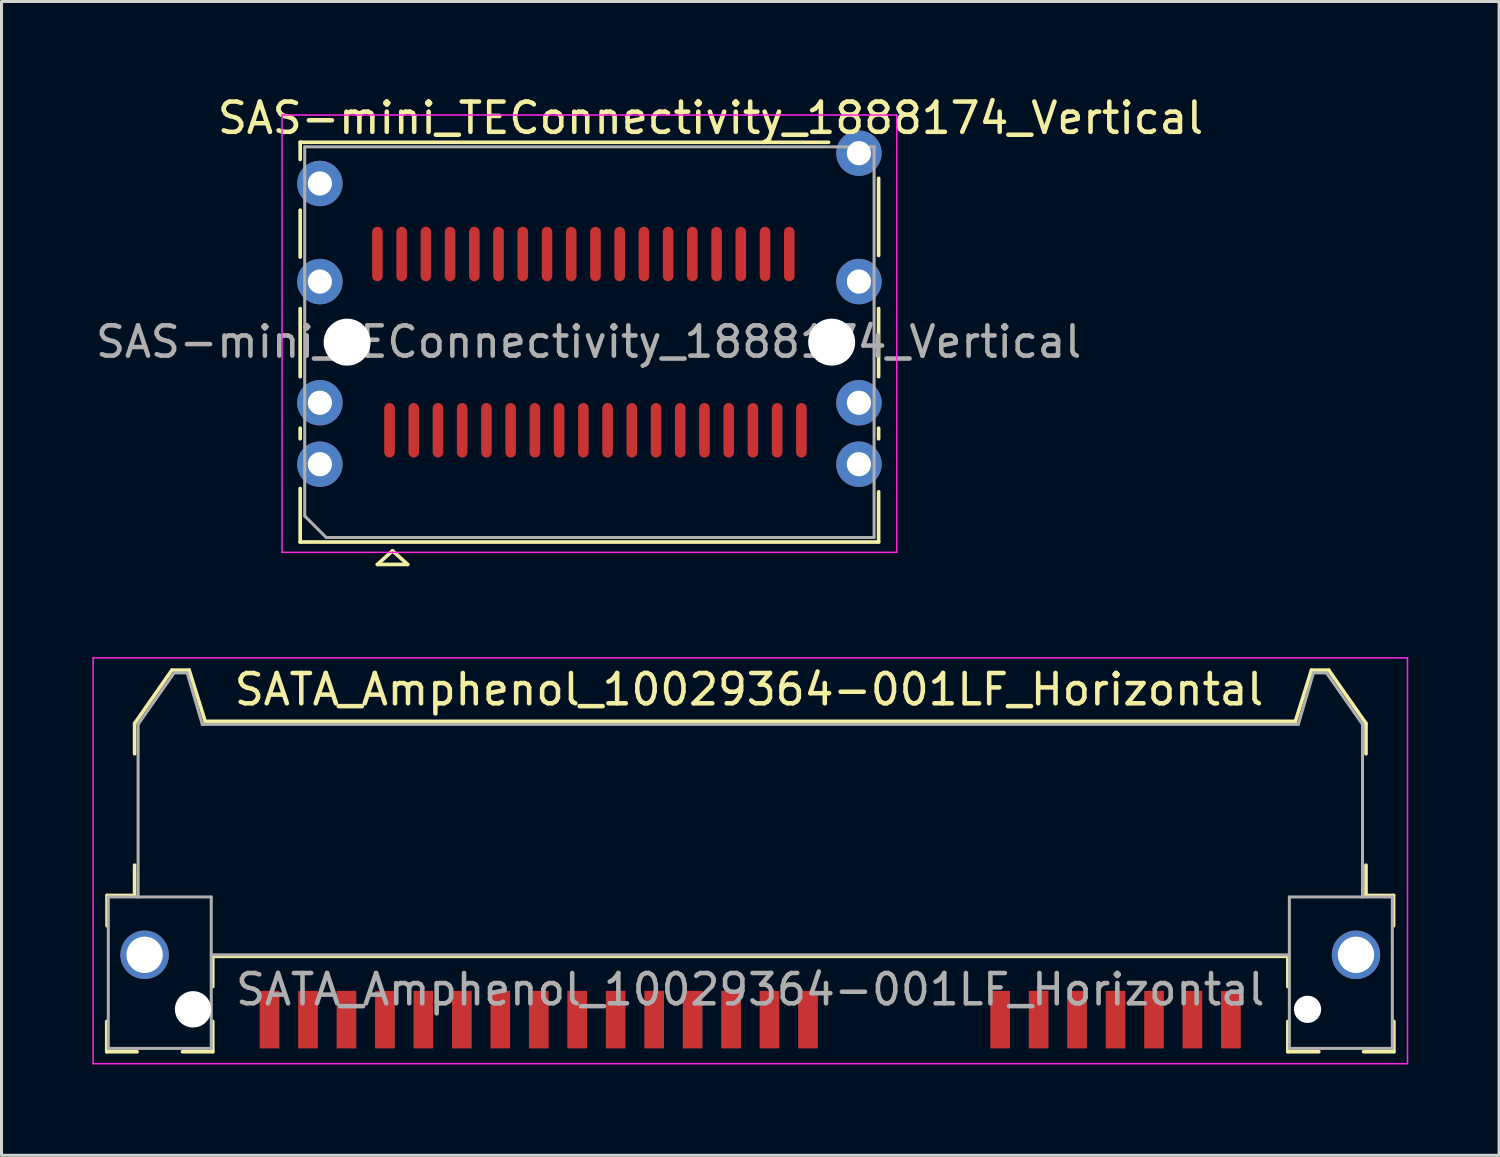
<source format=kicad_pcb>
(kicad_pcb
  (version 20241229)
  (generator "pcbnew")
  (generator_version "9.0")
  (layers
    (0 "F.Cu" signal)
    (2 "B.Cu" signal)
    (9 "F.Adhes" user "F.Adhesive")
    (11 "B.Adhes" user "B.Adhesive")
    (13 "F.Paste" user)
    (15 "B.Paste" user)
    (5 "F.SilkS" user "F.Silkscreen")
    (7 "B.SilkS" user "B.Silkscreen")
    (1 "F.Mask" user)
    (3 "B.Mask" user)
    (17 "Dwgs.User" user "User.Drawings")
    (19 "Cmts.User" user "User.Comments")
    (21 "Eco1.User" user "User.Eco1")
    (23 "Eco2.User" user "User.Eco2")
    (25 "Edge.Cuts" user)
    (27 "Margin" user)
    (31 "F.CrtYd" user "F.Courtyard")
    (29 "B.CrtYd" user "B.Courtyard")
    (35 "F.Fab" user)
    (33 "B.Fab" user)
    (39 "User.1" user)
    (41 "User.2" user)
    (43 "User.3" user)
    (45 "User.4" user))
  (footprint "SAS-mini_TEConnectivity_1888174_Vertical"
    (layer "F.Cu")
    (at 16.412 8.248)
    (property "Reference" "SAS-mini_TEConnectivity_1888174_Vertical" (at 4 -7.4 0) (layer "F.SilkS") (effects (font (size 1 1) (thickness 0.15))))
    (attr smd)
    (fp_line (start -9.55 -6.6) (end -9.55 -6.03) (stroke (width 0.12) (type solid)) (layer "F.SilkS"))
    (fp_line (start -9.55 -4.36) (end -9.55 -2.81) (stroke (width 0.12) (type solid)) (layer "F.SilkS"))
    (fp_line (start -9.55 -1.11) (end -9.55 1.14) (stroke (width 0.12) (type solid)) (layer "F.SilkS"))
    (fp_line (start -9.55 2.84) (end -9.55 3.19) (stroke (width 0.12) (type solid)) (layer "F.SilkS"))
    (fp_line (start -9.55 4.831) (end -9.55 6.6) (stroke (width 0.12) (type solid)) (layer "F.SilkS"))
    (fp_line (start -9.55 6.6) (end 9.55 6.6) (stroke (width 0.12) (type solid)) (layer "F.SilkS"))
    (fp_line (start -7 7.34) (end -6 7.34) (stroke (width 0.12) (type solid)) (layer "F.SilkS"))
    (fp_line (start -6.5 6.89) (end -7 7.34) (stroke (width 0.12) (type solid)) (layer "F.SilkS"))
    (fp_line (start -6 7.34) (end -6.5 6.89) (stroke (width 0.12) (type solid)) (layer "F.SilkS"))
    (fp_line (start 7.9 -6.6) (end -9.55 -6.6) (stroke (width 0.12) (type solid)) (layer "F.SilkS"))
    (fp_line (start 9.55 -5.41) (end 9.55 -2.86) (stroke (width 0.12) (type solid)) (layer "F.SilkS"))
    (fp_line (start 9.55 -1.11) (end 9.55 1.14) (stroke (width 0.12) (type solid)) (layer "F.SilkS"))
    (fp_line (start 9.55 2.84) (end 9.55 3.19) (stroke (width 0.12) (type solid)) (layer "F.SilkS"))
    (fp_line (start 9.55 4.94) (end 9.55 6.6) (stroke (width 0.12) (type solid)) (layer "F.SilkS"))
    (fp_line (start -10.15 -7.5) (end -10.15 6.94) (stroke (width 0.05) (type solid)) (layer "F.CrtYd"))
    (fp_line (start -10.15 -7.5) (end 10.15 -7.5) (stroke (width 0.05) (type solid)) (layer "F.CrtYd"))
    (fp_line (start 10.15 6.94) (end -10.15 6.94) (stroke (width 0.05) (type solid)) (layer "F.CrtYd"))
    (fp_line (start 10.15 6.94) (end 10.15 -7.5) (stroke (width 0.05) (type solid)) (layer "F.CrtYd"))
    (fp_line (start -9.4 -6.45) (end -9.4 5.74) (stroke (width 0.1) (type solid)) (layer "F.Fab"))
    (fp_line (start -9.4 5.74) (end -8.69 6.45) (stroke (width 0.1) (type solid)) (layer "F.Fab"))
    (fp_line (start -8.69 6.45) (end 9.4 6.45) (stroke (width 0.1) (type solid)) (layer "F.Fab"))
    (fp_line (start 9.4 -6.45) (end -9.4 -6.45) (stroke (width 0.1) (type solid)) (layer "F.Fab"))
    (fp_line (start 9.4 6.45) (end 9.4 -6.45) (stroke (width 0.1) (type solid)) (layer "F.Fab"))
    (fp_text user "${REFERENCE}" (at -0.025 -0.01 0) (layer "F.Fab") (effects (font (size 1 1) (thickness 0.15))))
    (pad "" np_thru_hole circle (at -8 0) (size 1.55 1.55) (drill 1.55) (layers "*.Mask" "B.Cu"))
    (pad "" np_thru_hole circle (at 8 0) (size 1.55 1.55) (drill 1.55) (layers "*.Mask" "B.Cu"))
    (pad "1" thru_hole circle (at -8.9 -5.24) (size 1.5 1.5) (drill 0.8) (layers "*.Cu" "*.Mask"))
    (pad "2" thru_hole circle (at -8.9 -2) (size 1.5 1.5) (drill 0.8) (layers "*.Cu" "*.Mask"))
    (pad "3" thru_hole circle (at -8.9 2) (size 1.5 1.5) (drill 0.8) (layers "*.Cu" "*.Mask"))
    (pad "4" thru_hole circle (at -8.9 4.03) (size 1.5 1.5) (drill 0.8) (layers "*.Cu" "*.Mask"))
    (pad "5" thru_hole circle (at 8.9 -6.24) (size 1.5 1.5) (drill 0.8) (layers "*.Cu" "*.Mask"))
    (pad "6" thru_hole circle (at 8.9 -2) (size 1.5 1.5) (drill 0.8) (layers "*.Cu" "*.Mask"))
    (pad "7" thru_hole circle (at 8.9 2) (size 1.5 1.5) (drill 0.8) (layers "*.Cu" "*.Mask"))
    (pad "8" thru_hole circle (at 8.9 4.03) (size 1.5 1.5) (drill 0.8) (layers "*.Cu" "*.Mask"))
    (pad "A1" smd oval (at -6.6 2.91) (size 0.35 1.8) (layers "F.Cu" "F.Mask" "F.Paste"))
    (pad "A2" smd oval (at -5.8 2.91) (size 0.35 1.8) (layers "F.Cu" "F.Mask" "F.Paste"))
    (pad "A3" smd oval (at -5 2.91) (size 0.35 1.8) (layers "F.Cu" "F.Mask" "F.Paste"))
    (pad "A4" smd oval (at -4.2 2.91) (size 0.35 1.8) (layers "F.Cu" "F.Mask" "F.Paste"))
    (pad "A5" smd oval (at -3.4 2.91) (size 0.35 1.8) (layers "F.Cu" "F.Mask" "F.Paste"))
    (pad "A6" smd oval (at -2.6 2.91) (size 0.35 1.8) (layers "F.Cu" "F.Mask" "F.Paste"))
    (pad "A7" smd oval (at -1.8 2.91) (size 0.35 1.8) (layers "F.Cu" "F.Mask" "F.Paste"))
    (pad "A8" smd oval (at -1 2.91) (size 0.35 1.8) (layers "F.Cu" "F.Mask" "F.Paste"))
    (pad "A9" smd oval (at -0.2 2.91) (size 0.35 1.8) (layers "F.Cu" "F.Mask" "F.Paste"))
    (pad "A10" smd oval (at 0.6 2.91) (size 0.35 1.8) (layers "F.Cu" "F.Mask" "F.Paste"))
    (pad "A11" smd oval (at 1.4 2.91) (size 0.35 1.8) (layers "F.Cu" "F.Mask" "F.Paste"))
    (pad "A12" smd oval (at 2.2 2.91) (size 0.35 1.8) (layers "F.Cu" "F.Mask" "F.Paste"))
    (pad "A13" smd oval (at 3 2.91) (size 0.35 1.8) (layers "F.Cu" "F.Mask" "F.Paste"))
    (pad "A14" smd oval (at 3.8 2.91) (size 0.35 1.8) (layers "F.Cu" "F.Mask" "F.Paste"))
    (pad "A15" smd oval (at 4.6 2.91) (size 0.35 1.8) (layers "F.Cu" "F.Mask" "F.Paste"))
    (pad "A16" smd oval (at 5.4 2.91) (size 0.35 1.8) (layers "F.Cu" "F.Mask" "F.Paste"))
    (pad "A17" smd oval (at 6.2 2.91) (size 0.35 1.8) (layers "F.Cu" "F.Mask" "F.Paste"))
    (pad "A18" smd oval (at 7 2.91) (size 0.35 1.8) (layers "F.Cu" "F.Mask" "F.Paste"))
    (pad "B1" smd oval (at -7 -2.91) (size 0.35 1.8) (layers "F.Cu" "F.Mask" "F.Paste"))
    (pad "B2" smd oval (at -6.2 -2.91) (size 0.35 1.8) (layers "F.Cu" "F.Mask" "F.Paste"))
    (pad "B3" smd oval (at -5.4 -2.91) (size 0.35 1.8) (layers "F.Cu" "F.Mask" "F.Paste"))
    (pad "B4" smd oval (at -4.6 -2.91) (size 0.35 1.8) (layers "F.Cu" "F.Mask" "F.Paste"))
    (pad "B5" smd oval (at -3.8 -2.91) (size 0.35 1.8) (layers "F.Cu" "F.Mask" "F.Paste"))
    (pad "B6" smd oval (at -3 -2.91) (size 0.35 1.8) (layers "F.Cu" "F.Mask" "F.Paste"))
    (pad "B7" smd oval (at -2.2 -2.91) (size 0.35 1.8) (layers "F.Cu" "F.Mask" "F.Paste"))
    (pad "B8" smd oval (at -1.4 -2.91) (size 0.35 1.8) (layers "F.Cu" "F.Mask" "F.Paste"))
    (pad "B9" smd oval (at -0.6 -2.91) (size 0.35 1.8) (layers "F.Cu" "F.Mask" "F.Paste"))
    (pad "B10" smd oval (at 0.2 -2.91) (size 0.35 1.8) (layers "F.Cu" "F.Mask" "F.Paste"))
    (pad "B11" smd oval (at 1 -2.91) (size 0.35 1.8) (layers "F.Cu" "F.Mask" "F.Paste"))
    (pad "B12" smd oval (at 1.8 -2.91) (size 0.35 1.8) (layers "F.Cu" "F.Mask" "F.Paste"))
    (pad "B13" smd oval (at 2.6 -2.91) (size 0.35 1.8) (layers "F.Cu" "F.Mask" "F.Paste"))
    (pad "B14" smd oval (at 3.4 -2.91) (size 0.35 1.8) (layers "F.Cu" "F.Mask" "F.Paste"))
    (pad "B15" smd oval (at 4.2 -2.91) (size 0.35 1.8) (layers "F.Cu" "F.Mask" "F.Paste"))
    (pad "B16" smd oval (at 5 -2.91) (size 0.35 1.8) (layers "F.Cu" "F.Mask" "F.Paste"))
    (pad "B17" smd oval (at 5.8 -2.91) (size 0.35 1.8) (layers "F.Cu" "F.Mask" "F.Paste"))
    (pad "B18" smd oval (at 6.6 -2.91) (size 0.35 1.8) (layers "F.Cu" "F.Mask" "F.Paste")))
  (footprint "SATA_Amphenol_10029364-001LF_Horizontal"
    (layer "F.Cu")
    (at 21.725 29.623)
    (property "Reference" "SATA_Amphenol_10029364-001LF_Horizontal" (at -0.041 -9.906 0) (layer "F.SilkS") (effects (font (size 1 1) (thickness 0.15))))
    (attr smd)
    (fp_line (start -21.25 1.055) (end -21.25 2.055) (stroke (width 0.12) (type solid)) (layer "F.SilkS"))
    (fp_line (start -21.25 2.055) (end -20.25 2.055) (stroke (width 0.12) (type solid)) (layer "F.SilkS"))
    (fp_line (start -21.24 -3.105) (end -21.24 -2.105) (stroke (width 0.12) (type solid)) (layer "F.SilkS"))
    (fp_line (start -21.24 -3.105) (end -20.33 -3.105) (stroke (width 0.12) (type solid)) (layer "F.SilkS"))
    (fp_line (start -20.33 -8.785) (end -20.33 -7.785) (stroke (width 0.12) (type solid)) (layer "F.SilkS"))
    (fp_line (start -20.33 -8.785) (end -19.1 -10.545) (stroke (width 0.12) (type solid)) (layer "F.SilkS"))
    (fp_line (start -20.33 -3.105) (end -20.33 -4.105) (stroke (width 0.12) (type solid)) (layer "F.SilkS"))
    (fp_line (start -19.1 -10.545) (end -18.53 -10.545) (stroke (width 0.12) (type solid)) (layer "F.SilkS"))
    (fp_line (start -18.75 2.055) (end -17.75 2.055) (stroke (width 0.12) (type solid)) (layer "F.SilkS"))
    (fp_line (start -18 -8.855) (end -18.53 -10.545) (stroke (width 0.12) (type solid)) (layer "F.SilkS"))
    (fp_line (start -17.75 -1.095) (end -17.75 -0.095) (stroke (width 0.12) (type solid)) (layer "F.SilkS"))
    (fp_line (start -17.75 1.055) (end -17.75 2.055) (stroke (width 0.12) (type solid)) (layer "F.SilkS"))
    (fp_line (start 17.75 -1.095) (end -17.75 -1.095) (stroke (width 0.12) (type solid)) (layer "F.SilkS"))
    (fp_line (start 17.75 -1.095) (end 17.75 -0.095) (stroke (width 0.12) (type solid)) (layer "F.SilkS"))
    (fp_line (start 17.75 1.055) (end 17.75 2.055) (stroke (width 0.12) (type solid)) (layer "F.SilkS"))
    (fp_line (start 18 -8.855) (end -18 -8.855) (stroke (width 0.12) (type solid)) (layer "F.SilkS"))
    (fp_line (start 18 -8.855) (end 18.53 -10.545) (stroke (width 0.12) (type solid)) (layer "F.SilkS"))
    (fp_line (start 18.773 2.055) (end 17.75 2.055) (stroke (width 0.12) (type solid)) (layer "F.SilkS"))
    (fp_line (start 19.1 -10.545) (end 18.53 -10.545) (stroke (width 0.12) (type solid)) (layer "F.SilkS"))
    (fp_line (start 20.33 -8.785) (end 19.1 -10.545) (stroke (width 0.12) (type solid)) (layer "F.SilkS"))
    (fp_line (start 20.33 -8.785) (end 20.33 -7.785) (stroke (width 0.12) (type solid)) (layer "F.SilkS"))
    (fp_line (start 20.33 -3.105) (end 20.33 -4.105) (stroke (width 0.12) (type solid)) (layer "F.SilkS"))
    (fp_line (start 21.24 -3.105) (end 20.33 -3.105) (stroke (width 0.12) (type solid)) (layer "F.SilkS"))
    (fp_line (start 21.24 -3.105) (end 21.24 -2.105) (stroke (width 0.12) (type solid)) (layer "F.SilkS"))
    (fp_line (start 21.25 1.055) (end 21.25 2.055) (stroke (width 0.12) (type solid)) (layer "F.SilkS"))
    (fp_line (start 21.25 2.055) (end 20.25 2.055) (stroke (width 0.12) (type solid)) (layer "F.SilkS"))
    (fp_line (start -21.7 -10.95) (end -21.7 2.45) (stroke (width 0.05) (type solid)) (layer "F.CrtYd"))
    (fp_line (start -21.7 -10.95) (end 21.7 -10.95) (stroke (width 0.05) (type solid)) (layer "F.CrtYd"))
    (fp_line (start -21.7 2.45) (end 21.7 2.45) (stroke (width 0.05) (type solid)) (layer "F.CrtYd"))
    (fp_line (start 21.7 -10.95) (end 21.7 2.45) (stroke (width 0.05) (type solid)) (layer "F.CrtYd"))
    (fp_line (start -21.2 -3.055) (end -21.2 1.945) (stroke (width 0.1) (type solid)) (layer "F.Fab"))
    (fp_line (start -21.2 -3.055) (end -17.8 -3.055) (stroke (width 0.1) (type solid)) (layer "F.Fab"))
    (fp_line (start -21.2 1.945) (end -17.8 1.945) (stroke (width 0.1) (type solid)) (layer "F.Fab"))
    (fp_line (start -20.215 -8.755) (end -20.215 -3.055) (stroke (width 0.1) (type solid)) (layer "F.Fab"))
    (fp_line (start -20.215 -8.755) (end -19.025 -10.455) (stroke (width 0.1) (type solid)) (layer "F.Fab"))
    (fp_line (start -18.595 -10.455) (end -19.025 -10.455) (stroke (width 0.1) (type solid)) (layer "F.Fab"))
    (fp_line (start -18.595 -10.455) (end -18.095 -8.755) (stroke (width 0.1) (type solid)) (layer "F.Fab"))
    (fp_line (start -17.8 -3.055) (end -17.8 1.945) (stroke (width 0.1) (type solid)) (layer "F.Fab"))
    (fp_line (start 17.8 -3.055) (end 17.8 1.93) (stroke (width 0.1) (type solid)) (layer "F.Fab"))
    (fp_line (start 17.8 -1.145) (end -17.8 -1.145) (stroke (width 0.1) (type solid)) (layer "F.Fab"))
    (fp_line (start 18.095 -8.755) (end -18.095 -8.755) (stroke (width 0.1) (type solid)) (layer "F.Fab"))
    (fp_line (start 18.595 -10.455) (end 18.095 -8.755) (stroke (width 0.1) (type solid)) (layer "F.Fab"))
    (fp_line (start 18.595 -10.455) (end 19.025 -10.455) (stroke (width 0.1) (type solid)) (layer "F.Fab"))
    (fp_line (start 20.215 -8.755) (end 19.025 -10.455) (stroke (width 0.1) (type solid)) (layer "F.Fab"))
    (fp_line (start 20.215 -8.755) (end 20.215 -3.055) (stroke (width 0.1) (type solid)) (layer "F.Fab"))
    (fp_line (start 21.2 -3.063) (end 21.2 1.937) (stroke (width 0.1) (type solid)) (layer "F.Fab"))
    (fp_line (start 21.2 -3.055) (end 17.8 -3.055) (stroke (width 0.1) (type solid)) (layer "F.Fab"))
    (fp_line (start 21.2 1.945) (end 17.8 1.945) (stroke (width 0.1) (type solid)) (layer "F.Fab"))
    (fp_text user "${REFERENCE}" (at 0 0 0) (layer "F.Fab") (effects (font (size 1 1) (thickness 0.15))))
    (pad "" np_thru_hole circle (at -18.4 0.655) (size 1.2 1.2) (drill 1.2) (layers "*.Mask" "B.Cu"))
    (pad "" np_thru_hole circle (at 18.4 0.655) (size 0.9 0.9) (drill 0.9) (layers "*.Mask" "B.Cu"))
    (pad "MP" thru_hole circle (at -20 -1.145) (size 1.6 1.6) (drill 1.2) (layers "*.Cu" "*.Mask"))
    (pad "MP" thru_hole circle (at 20 -1.145) (size 1.6 1.6) (drill 1.2) (layers "*.Cu" "*.Mask"))
    (pad "P1" smd rect (at 1.905 0.995) (size 0.65 1.9) (layers "F.Cu" "F.Mask" "F.Paste"))
    (pad "P2" smd rect (at 0.635 0.995) (size 0.65 1.9) (layers "F.Cu" "F.Mask" "F.Paste"))
    (pad "P3" smd rect (at -0.635 0.995) (size 0.65 1.9) (layers "F.Cu" "F.Mask" "F.Paste"))
    (pad "P4" smd rect (at -1.905 0.995) (size 0.65 1.9) (layers "F.Cu" "F.Mask" "F.Paste"))
    (pad "P5" smd rect (at -3.175 0.995) (size 0.65 1.9) (layers "F.Cu" "F.Mask" "F.Paste"))
    (pad "P6" smd rect (at -4.445 0.995) (size 0.65 1.9) (layers "F.Cu" "F.Mask" "F.Paste"))
    (pad "P7" smd rect (at -5.715 0.995) (size 0.65 1.9) (layers "F.Cu" "F.Mask" "F.Paste"))
    (pad "P8" smd rect (at -6.985 0.995) (size 0.65 1.9) (layers "F.Cu" "F.Mask" "F.Paste"))
    (pad "P9" smd rect (at -8.255 0.995) (size 0.65 1.9) (layers "F.Cu" "F.Mask" "F.Paste"))
    (pad "P10" smd rect (at -9.525 0.995) (size 0.65 1.9) (layers "F.Cu" "F.Mask" "F.Paste"))
    (pad "P11" smd rect (at -10.795 0.995) (size 0.65 1.9) (layers "F.Cu" "F.Mask" "F.Paste"))
    (pad "P12" smd rect (at -12.065 0.995) (size 0.65 1.9) (layers "F.Cu" "F.Mask" "F.Paste"))
    (pad "P13" smd rect (at -13.335 0.995) (size 0.65 1.9) (layers "F.Cu" "F.Mask" "F.Paste"))
    (pad "P14" smd rect (at -14.605 0.995) (size 0.65 1.9) (layers "F.Cu" "F.Mask" "F.Paste"))
    (pad "P15" smd rect (at -15.875 0.995) (size 0.65 1.9) (layers "F.Cu" "F.Mask" "F.Paste"))
    (pad "S1" smd rect (at 15.87 0.995) (size 0.65 1.9) (layers "F.Cu" "F.Mask" "F.Paste"))
    (pad "S2" smd rect (at 14.6 0.995) (size 0.65 1.9) (layers "F.Cu" "F.Mask" "F.Paste"))
    (pad "S3" smd rect (at 13.33 0.995) (size 0.65 1.9) (layers "F.Cu" "F.Mask" "F.Paste"))
    (pad "S4" smd rect (at 12.06 0.995) (size 0.65 1.9) (layers "F.Cu" "F.Mask" "F.Paste"))
    (pad "S5" smd rect (at 10.79 0.995) (size 0.65 1.9) (layers "F.Cu" "F.Mask" "F.Paste"))
    (pad "S6" smd rect (at 9.52 0.995) (size 0.65 1.9) (layers "F.Cu" "F.Mask" "F.Paste"))
    (pad "S7" smd rect (at 8.25 0.995) (size 0.65 1.9) (layers "F.Cu" "F.Mask" "F.Paste")))
  (gr_rect
    (start -3 -3)
    (end 46.45 35.098)
    (stroke (width 0.1) (type default))
    (fill no)
    (layer "Edge.Cuts")))
</source>
